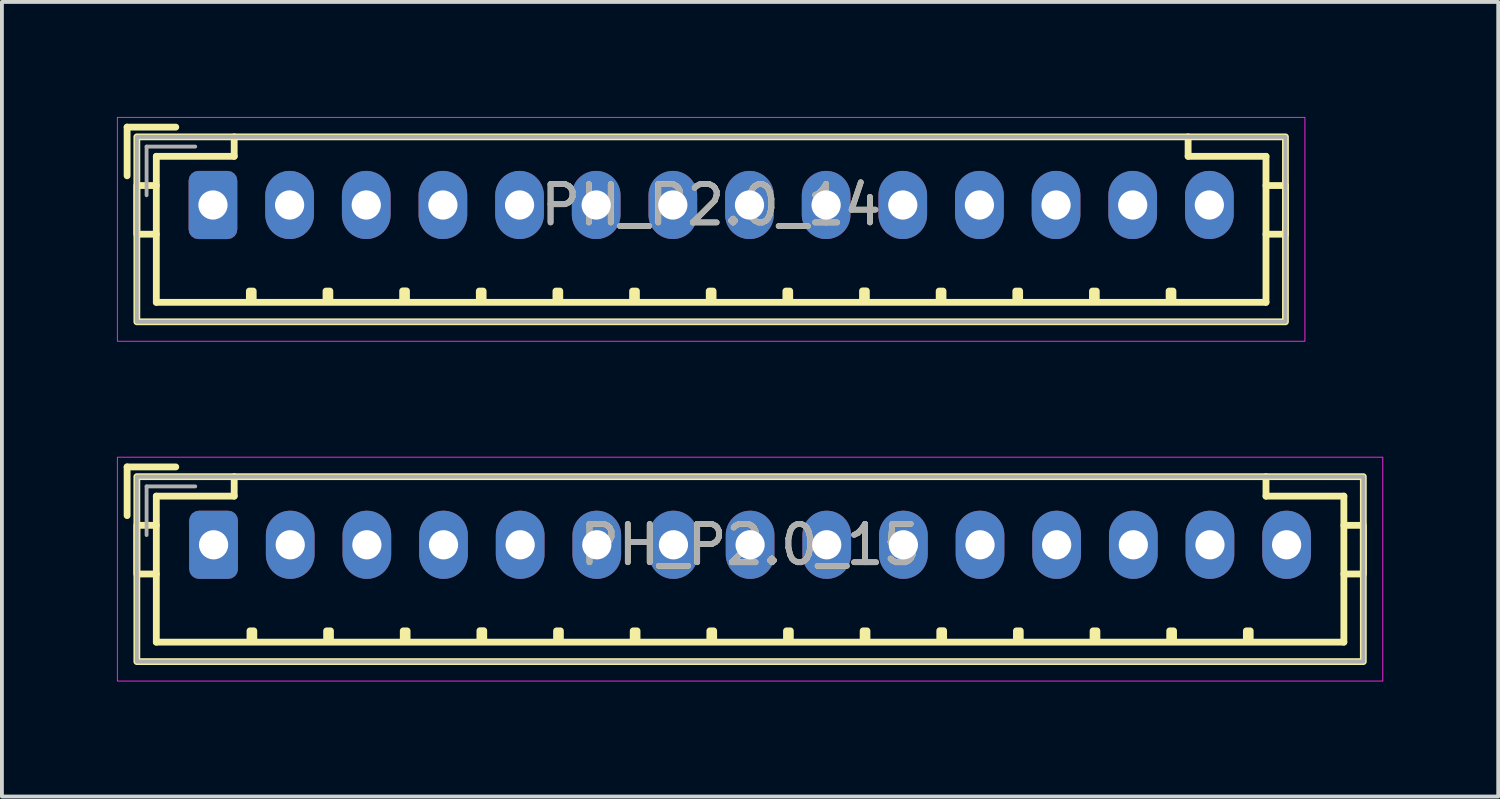
<source format=kicad_pcb>
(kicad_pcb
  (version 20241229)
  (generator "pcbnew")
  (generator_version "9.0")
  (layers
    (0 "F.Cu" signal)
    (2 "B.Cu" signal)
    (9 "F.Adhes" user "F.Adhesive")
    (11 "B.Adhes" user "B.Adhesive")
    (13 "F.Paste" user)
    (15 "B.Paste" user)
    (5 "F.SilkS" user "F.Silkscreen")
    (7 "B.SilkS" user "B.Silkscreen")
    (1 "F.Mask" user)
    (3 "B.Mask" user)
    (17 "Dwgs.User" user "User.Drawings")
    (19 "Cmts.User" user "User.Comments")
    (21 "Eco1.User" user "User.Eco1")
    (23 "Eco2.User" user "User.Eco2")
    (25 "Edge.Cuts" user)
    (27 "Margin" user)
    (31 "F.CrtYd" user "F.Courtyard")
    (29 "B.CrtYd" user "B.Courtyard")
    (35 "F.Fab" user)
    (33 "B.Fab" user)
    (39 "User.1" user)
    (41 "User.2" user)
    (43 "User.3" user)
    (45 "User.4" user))
  (footprint "PH_P2.0_15"
    (layer "F.Cu")
    (at 16.523 11.166)
    (property "Reference" "PH_P2.0_15" (at 0 0 0) (layer "F.SilkS") (effects (font (size 1 1) (thickness 0.15))))
    (fp_line (start -16.256 -2.032) (end -16.256 -0.762) (stroke (width 0.178) (type solid)) (layer "F.SilkS"))
    (fp_line (start -16.256 -2.032) (end -14.986 -2.032) (stroke (width 0.178) (type solid)) (layer "F.SilkS"))
    (fp_line (start -15.494 -1.27) (end -15.494 -0.508) (stroke (width 0.178) (type solid)) (layer "F.SilkS"))
    (fp_line (start -15.494 0.762) (end -15.494 2.54) (stroke (width 0.178) (type solid)) (layer "F.SilkS"))
    (fp_line (start -13.462 -1.778) (end -13.462 -1.27) (stroke (width 0.178) (type solid)) (layer "F.SilkS"))
    (fp_line (start -13.462 -1.27) (end -15.494 -1.27) (stroke (width 0.178) (type solid)) (layer "F.SilkS"))
    (fp_line (start 13.462 -1.778) (end 13.462 -1.27) (stroke (width 0.178) (type solid)) (layer "F.SilkS"))
    (fp_line (start 13.462 -1.27) (end 15.494 -1.27) (stroke (width 0.178) (type solid)) (layer "F.SilkS"))
    (fp_line (start 15.494 -1.27) (end 15.494 -0.508) (stroke (width 0.178) (type solid)) (layer "F.SilkS"))
    (fp_line (start 15.494 0.762) (end 15.494 2.54) (stroke (width 0.178) (type solid)) (layer "F.SilkS"))
    (fp_line (start 15.494 2.54) (end -15.494 2.54) (stroke (width 0.178) (type solid)) (layer "F.SilkS"))
    (fp_rect (start -16.002 -1.778) (end 16.002 3.048) (stroke (width 0.178) (type solid)) (fill no) (layer "F.SilkS"))
    (fp_rect (start -16.002 -0.508) (end -15.494 0.762) (stroke (width 0.178) (type solid)) (fill no) (layer "F.SilkS"))
    (fp_rect (start -13.05 2.246) (end -12.95 2.5) (stroke (width 0.178) (type solid)) (fill no) (layer "F.SilkS"))
    (fp_rect (start -11.05 2.246) (end -10.95 2.5) (stroke (width 0.178) (type solid)) (fill no) (layer "F.SilkS"))
    (fp_rect (start -9.05 2.246) (end -8.95 2.5) (stroke (width 0.178) (type solid)) (fill no) (layer "F.SilkS"))
    (fp_rect (start -7.05 2.242) (end -6.95 2.496) (stroke (width 0.178) (type solid)) (fill no) (layer "F.SilkS"))
    (fp_rect (start -5.05 2.246) (end -4.95 2.5) (stroke (width 0.178) (type solid)) (fill no) (layer "F.SilkS"))
    (fp_rect (start -3.05 2.246) (end -2.95 2.5) (stroke (width 0.178) (type solid)) (fill no) (layer "F.SilkS"))
    (fp_rect (start -1.05 2.246) (end -0.95 2.5) (stroke (width 0.178) (type solid)) (fill no) (layer "F.SilkS"))
    (fp_rect (start 0.95 2.246) (end 1.05 2.5) (stroke (width 0.178) (type solid)) (fill no) (layer "F.SilkS"))
    (fp_rect (start 2.95 2.246) (end 3.05 2.5) (stroke (width 0.178) (type solid)) (fill no) (layer "F.SilkS"))
    (fp_rect (start 4.95 2.242) (end 5.05 2.496) (stroke (width 0.178) (type solid)) (fill no) (layer "F.SilkS"))
    (fp_rect (start 6.95 2.246) (end 7.05 2.5) (stroke (width 0.178) (type solid)) (fill no) (layer "F.SilkS"))
    (fp_rect (start 8.95 2.246) (end 9.05 2.5) (stroke (width 0.178) (type solid)) (fill no) (layer "F.SilkS"))
    (fp_rect (start 10.95 2.246) (end 11.05 2.5) (stroke (width 0.178) (type solid)) (fill no) (layer "F.SilkS"))
    (fp_rect (start 12.95 2.246) (end 13.05 2.5) (stroke (width 0.178) (type solid)) (fill no) (layer "F.SilkS"))
    (fp_rect (start 15.494 -0.508) (end 16.002 0.762) (stroke (width 0.178) (type solid)) (fill no) (layer "F.SilkS"))
    (fp_rect (start -16.51 -2.286) (end 16.51 3.556) (stroke (width 0.025) (type solid)) (fill no) (layer "F.CrtYd"))
    (fp_line (start -15.748 -1.524) (end -15.748 -0.254) (stroke (width 0.1) (type solid)) (layer "F.Fab"))
    (fp_line (start -14.478 -1.524) (end -15.748 -1.524) (stroke (width 0.1) (type solid)) (layer "F.Fab"))
    (fp_rect (start -16.002 -1.778) (end 16.002 3.048) (stroke (width 0.1) (type solid)) (fill no) (layer "F.Fab"))
    (fp_text user "${REFERENCE}" (at 0 0 0) (layer "F.Fab") (effects (font (size 1 1) (thickness 0.15))))
    (pad "1" thru_hole roundrect (at -14 0) (size 1.27 1.778) (drill 0.762) (layers "*.Cu" "*.Mask") (roundrect_rratio 0.2))
    (pad "2" thru_hole oval (at -12 0) (size 1.27 1.778) (drill 0.762) (layers "*.Cu" "*.Mask"))
    (pad "3" thru_hole oval (at -10 0) (size 1.27 1.778) (drill 0.762) (layers "*.Cu" "*.Mask"))
    (pad "4" thru_hole oval (at -8 0) (size 1.27 1.778) (drill 0.762) (layers "*.Cu" "*.Mask"))
    (pad "5" thru_hole oval (at -6 0) (size 1.27 1.778) (drill 0.762) (layers "*.Cu" "*.Mask"))
    (pad "6" thru_hole oval (at -4 0) (size 1.27 1.778) (drill 0.762) (layers "*.Cu" "*.Mask"))
    (pad "7" thru_hole oval (at -2 0) (size 1.27 1.778) (drill 0.762) (layers "*.Cu" "*.Mask"))
    (pad "8" thru_hole oval (at 0 0) (size 1.27 1.778) (drill 0.762) (layers "*.Cu" "*.Mask"))
    (pad "9" thru_hole oval (at 2 0) (size 1.27 1.778) (drill 0.762) (layers "*.Cu" "*.Mask"))
    (pad "10" thru_hole oval (at 4 0) (size 1.27 1.778) (drill 0.762) (layers "*.Cu" "*.Mask"))
    (pad "11" thru_hole oval (at 6 0) (size 1.27 1.778) (drill 0.762) (layers "*.Cu" "*.Mask"))
    (pad "12" thru_hole oval (at 8 0) (size 1.27 1.778) (drill 0.762) (layers "*.Cu" "*.Mask"))
    (pad "13" thru_hole oval (at 10 0) (size 1.27 1.778) (drill 0.762) (layers "*.Cu" "*.Mask"))
    (pad "14" thru_hole oval (at 12 0) (size 1.27 1.778) (drill 0.762) (layers "*.Cu" "*.Mask"))
    (pad "15" thru_hole oval (at 14 0) (size 1.27 1.778) (drill 0.762) (layers "*.Cu" "*.Mask")))
  (footprint "PH_P2.0_14"
    (layer "F.Cu")
    (at 15.507 2.299)
    (property "Reference" "PH_P2.0_14" (at 0 0 0) (layer "F.SilkS") (effects (font (size 1 1) (thickness 0.15))))
    (fp_line (start -15.24 -2.032) (end -15.24 -0.762) (stroke (width 0.178) (type solid)) (layer "F.SilkS"))
    (fp_line (start -15.24 -2.032) (end -13.97 -2.032) (stroke (width 0.178) (type solid)) (layer "F.SilkS"))
    (fp_line (start -14.478 -1.27) (end -14.478 -0.508) (stroke (width 0.178) (type solid)) (layer "F.SilkS"))
    (fp_line (start -14.478 0.762) (end -14.478 2.54) (stroke (width 0.178) (type solid)) (layer "F.SilkS"))
    (fp_line (start -12.446 -1.778) (end -12.446 -1.27) (stroke (width 0.178) (type solid)) (layer "F.SilkS"))
    (fp_line (start -12.446 -1.27) (end -14.478 -1.27) (stroke (width 0.178) (type solid)) (layer "F.SilkS"))
    (fp_line (start 12.446 -1.778) (end 12.446 -1.27) (stroke (width 0.178) (type solid)) (layer "F.SilkS"))
    (fp_line (start 12.446 -1.27) (end 14.478 -1.27) (stroke (width 0.178) (type solid)) (layer "F.SilkS"))
    (fp_line (start 14.478 -1.27) (end 14.478 -0.508) (stroke (width 0.178) (type solid)) (layer "F.SilkS"))
    (fp_line (start 14.478 0.762) (end 14.478 2.54) (stroke (width 0.178) (type solid)) (layer "F.SilkS"))
    (fp_line (start 14.478 2.54) (end -14.478 2.54) (stroke (width 0.178) (type solid)) (layer "F.SilkS"))
    (fp_rect (start -14.986 -1.778) (end 14.986 3.048) (stroke (width 0.178) (type solid)) (fill no) (layer "F.SilkS"))
    (fp_rect (start -14.986 -0.508) (end -14.478 0.762) (stroke (width 0.178) (type solid)) (fill no) (layer "F.SilkS"))
    (fp_rect (start -12.05 2.246) (end -11.95 2.5) (stroke (width 0.178) (type solid)) (fill no) (layer "F.SilkS"))
    (fp_rect (start -10.05 2.246) (end -9.95 2.5) (stroke (width 0.178) (type solid)) (fill no) (layer "F.SilkS"))
    (fp_rect (start -8.05 2.242) (end -7.95 2.496) (stroke (width 0.178) (type solid)) (fill no) (layer "F.SilkS"))
    (fp_rect (start -6.05 2.246) (end -5.95 2.5) (stroke (width 0.178) (type solid)) (fill no) (layer "F.SilkS"))
    (fp_rect (start -4.05 2.246) (end -3.95 2.5) (stroke (width 0.178) (type solid)) (fill no) (layer "F.SilkS"))
    (fp_rect (start -2.05 2.246) (end -1.95 2.5) (stroke (width 0.178) (type solid)) (fill no) (layer "F.SilkS"))
    (fp_rect (start -0.05 2.246) (end 0.05 2.5) (stroke (width 0.178) (type solid)) (fill no) (layer "F.SilkS"))
    (fp_rect (start 1.95 2.246) (end 2.05 2.5) (stroke (width 0.178) (type solid)) (fill no) (layer "F.SilkS"))
    (fp_rect (start 3.95 2.242) (end 4.05 2.496) (stroke (width 0.178) (type solid)) (fill no) (layer "F.SilkS"))
    (fp_rect (start 5.95 2.246) (end 6.05 2.5) (stroke (width 0.178) (type solid)) (fill no) (layer "F.SilkS"))
    (fp_rect (start 7.95 2.246) (end 8.05 2.5) (stroke (width 0.178) (type solid)) (fill no) (layer "F.SilkS"))
    (fp_rect (start 9.95 2.246) (end 10.05 2.5) (stroke (width 0.178) (type solid)) (fill no) (layer "F.SilkS"))
    (fp_rect (start 11.95 2.246) (end 12.05 2.5) (stroke (width 0.178) (type solid)) (fill no) (layer "F.SilkS"))
    (fp_rect (start 14.478 -0.508) (end 14.986 0.762) (stroke (width 0.178) (type solid)) (fill no) (layer "F.SilkS"))
    (fp_rect (start -15.494 -2.286) (end 15.494 3.556) (stroke (width 0.025) (type solid)) (fill no) (layer "F.CrtYd"))
    (fp_line (start -14.732 -1.524) (end -14.732 -0.254) (stroke (width 0.1) (type solid)) (layer "F.Fab"))
    (fp_line (start -13.462 -1.524) (end -14.732 -1.524) (stroke (width 0.1) (type solid)) (layer "F.Fab"))
    (fp_rect (start -14.986 -1.778) (end 14.986 3.048) (stroke (width 0.1) (type solid)) (fill no) (layer "F.Fab"))
    (fp_text user "${REFERENCE}" (at 0 0 0) (layer "F.Fab") (effects (font (size 1 1) (thickness 0.15))))
    (pad "1" thru_hole roundrect (at -13 0) (size 1.27 1.778) (drill 0.762) (layers "*.Cu" "*.Mask") (roundrect_rratio 0.2))
    (pad "2" thru_hole oval (at -11 0) (size 1.27 1.778) (drill 0.762) (layers "*.Cu" "*.Mask"))
    (pad "3" thru_hole oval (at -9 0) (size 1.27 1.778) (drill 0.762) (layers "*.Cu" "*.Mask"))
    (pad "4" thru_hole oval (at -7 0) (size 1.27 1.778) (drill 0.762) (layers "*.Cu" "*.Mask"))
    (pad "5" thru_hole oval (at -5 0) (size 1.27 1.778) (drill 0.762) (layers "*.Cu" "*.Mask"))
    (pad "6" thru_hole oval (at -3 0) (size 1.27 1.778) (drill 0.762) (layers "*.Cu" "*.Mask"))
    (pad "7" thru_hole oval (at -1 0) (size 1.27 1.778) (drill 0.762) (layers "*.Cu" "*.Mask"))
    (pad "8" thru_hole oval (at 1 0) (size 1.27 1.778) (drill 0.762) (layers "*.Cu" "*.Mask"))
    (pad "9" thru_hole oval (at 3 0) (size 1.27 1.778) (drill 0.762) (layers "*.Cu" "*.Mask"))
    (pad "10" thru_hole oval (at 5 0) (size 1.27 1.778) (drill 0.762) (layers "*.Cu" "*.Mask"))
    (pad "11" thru_hole oval (at 7 0) (size 1.27 1.778) (drill 0.762) (layers "*.Cu" "*.Mask"))
    (pad "12" thru_hole oval (at 9 0) (size 1.27 1.778) (drill 0.762) (layers "*.Cu" "*.Mask"))
    (pad "13" thru_hole oval (at 11 0) (size 1.27 1.778) (drill 0.762) (layers "*.Cu" "*.Mask"))
    (pad "14" thru_hole oval (at 13 0) (size 1.27 1.778) (drill 0.762) (layers "*.Cu" "*.Mask")))
  (gr_rect
    (start -3 -3)
    (end 36.045 17.735)
    (stroke (width 0.1) (type default))
    (fill no)
    (layer "Edge.Cuts")))
</source>
